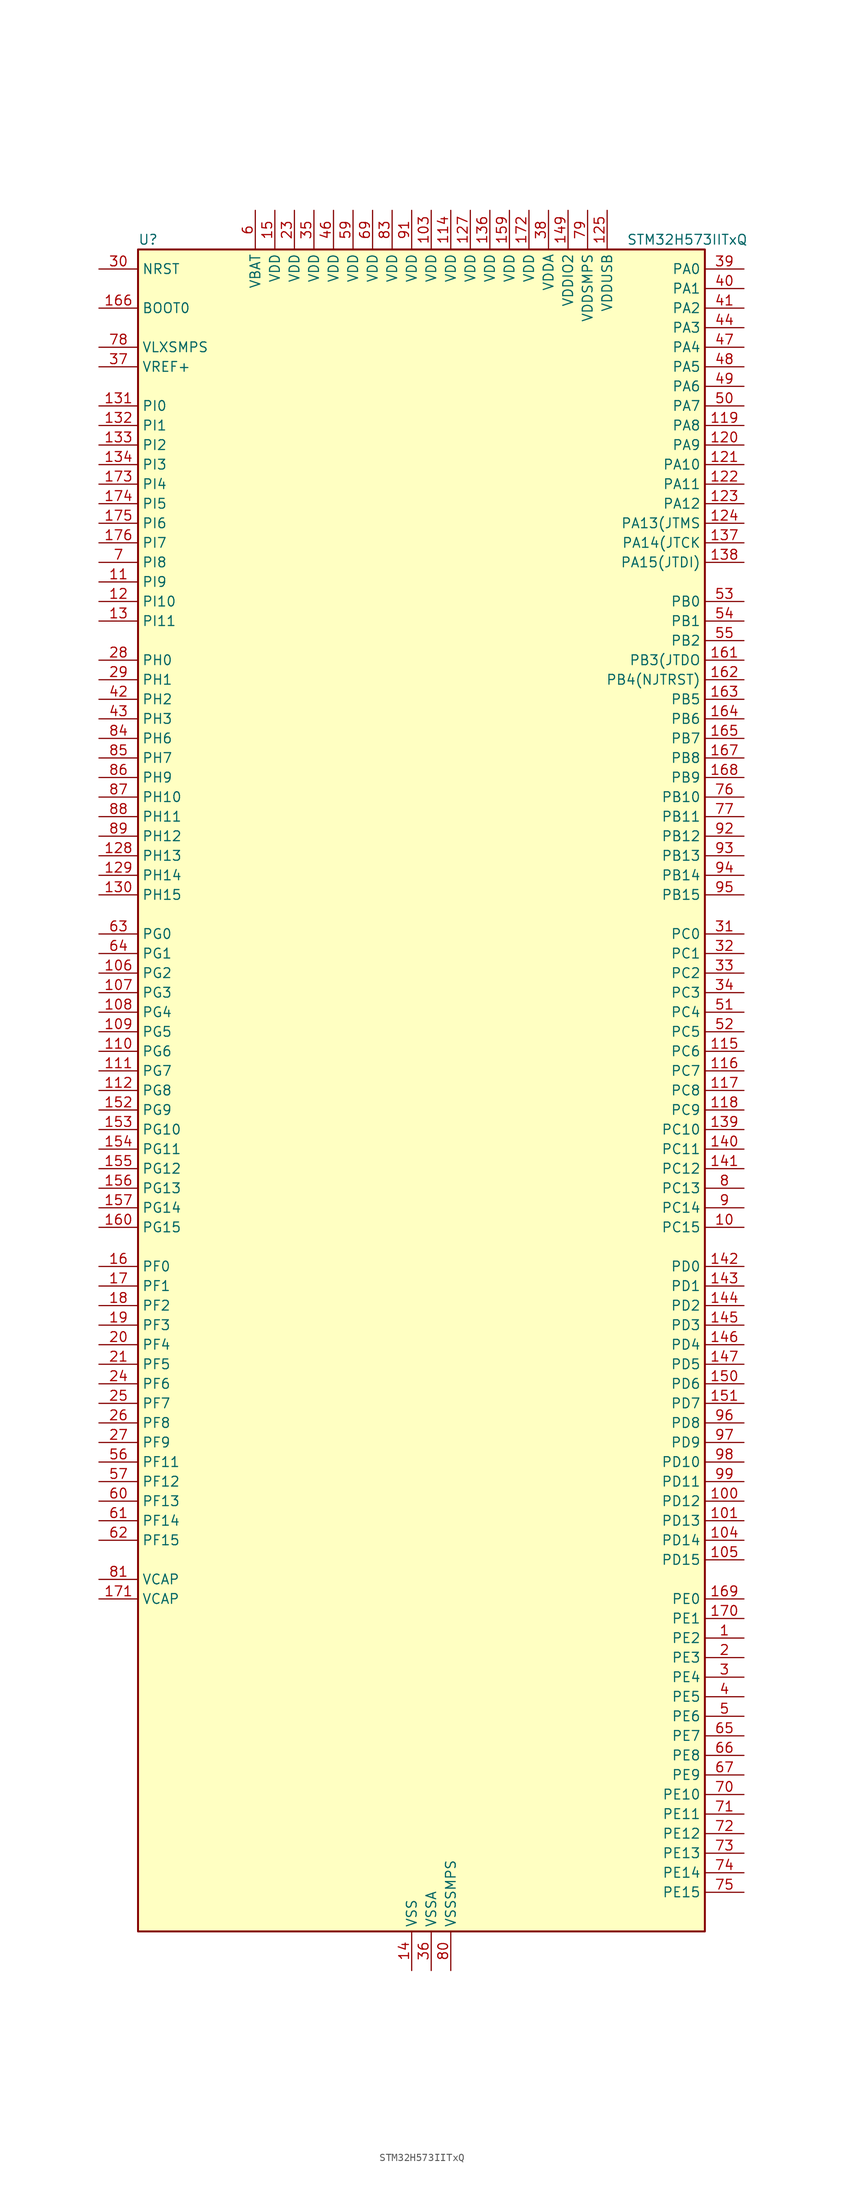
<source format=kicad_sym>
(kicad_symbol_lib
  (version 20231120)
  (generator "kicad-library-utils")
  (generator_version "8.0")
  (symbol "STM32H573IITxQ"
    (property "Reference" "U"
      (at -35.56 110.49 0)
      (effects (font (size 1.27 1.27)) (justify left)))
    (property "Value" "STM32H573IITxQ"
      (at 27.94 110.49 0)
      (effects (font (size 1.27 1.27)) (justify left)))
    (symbol "STM32H573IITxQ_0_1"
      (rectangle (start -35.56 -109.22) (end 38.1 109.22) (stroke (width 0.254) (type default)) (fill (type background))))
    (symbol "STM32H573IITxQ_1_1"
      (pin bidirectional line (at 43.18 -71.12 180) (length 5.08) (name "PE2" (effects (font (size 1.27 1.27)))) (number "1" (effects (font (size 1.27 1.27)))) (alternate "DCMI_D3" bidirectional line) (alternate "DEBUG_TRACECLK" bidirectional line) (alternate "ETH_TXD3" bidirectional line) (alternate "FMC_A23" bidirectional line) (alternate "LPTIM1_IN2" bidirectional line) (alternate "OCTOSPI1_IO2" bidirectional line) (alternate "PSSI_D3" bidirectional line) (alternate "SAI1_CK1" bidirectional line) (alternate "SAI1_MCLK_A" bidirectional line) (alternate "SPI4_SCK" bidirectional line) (alternate "UART8_TX" bidirectional line) (alternate "USART10_RX" bidirectional line))
      (pin bidirectional line (at 43.18 -17.78 180) (length 5.08) (name "PC15" (effects (font (size 1.27 1.27)))) (number "10" (effects (font (size 1.27 1.27)))) (alternate "ADC1_EXTI15" bidirectional line) (alternate "ADC2_EXTI15" bidirectional line) (alternate "RCC_OSC32_OUT" bidirectional line))
      (pin bidirectional line (at 43.18 -53.34 180) (length 5.08) (name "PD12" (effects (font (size 1.27 1.27)))) (number "100" (effects (font (size 1.27 1.27)))) (alternate "DCMI_D12" bidirectional line) (alternate "FMC_A17" bidirectional line) (alternate "FMC_ALE" bidirectional line) (alternate "I2C4_SCL" bidirectional line) (alternate "I3C1_SCL" bidirectional line) (alternate "LPTIM1_IN1" bidirectional line) (alternate "LPTIM2_IN1" bidirectional line) (alternate "OCTOSPI1_IO1" bidirectional line) (alternate "PSSI_D12" bidirectional line) (alternate "SAI1_D1" bidirectional line) (alternate "SAI2_FS_A" bidirectional line) (alternate "TIM4_CH1" bidirectional line) (alternate "UART4_TX" bidirectional line) (alternate "USART3_RTS" bidirectional line))
      (pin bidirectional line (at 43.18 -55.88 180) (length 5.08) (name "PD13" (effects (font (size 1.27 1.27)))) (number "101" (effects (font (size 1.27 1.27)))) (alternate "DCMI_D13" bidirectional line) (alternate "FMC_A18" bidirectional line) (alternate "I2C4_SDA" bidirectional line) (alternate "I3C1_SDA" bidirectional line) (alternate "LPTIM1_CH1" bidirectional line) (alternate "LPTIM2_CH1" bidirectional line) (alternate "LPTIM4_IN1" bidirectional line) (alternate "OCTOSPI1_IO3" bidirectional line) (alternate "PSSI_D13" bidirectional line) (alternate "SAI2_SCK_A" bidirectional line) (alternate "TIM4_CH2" bidirectional line) (alternate "UART9_RTS" bidirectional line))
      (pin passive line (at 0 -114.3 90) (length 5.08) hide (name "VSS" (effects (font (size 1.27 1.27)))) (number "102" (effects (font (size 1.27 1.27)))))
      (pin power_in line (at 2.54 114.3 270) (length 5.08) (name "VDD" (effects (font (size 1.27 1.27)))) (number "103" (effects (font (size 1.27 1.27)))))
      (pin bidirectional line (at 43.18 -58.42 180) (length 5.08) (name "PD14" (effects (font (size 1.27 1.27)))) (number "104" (effects (font (size 1.27 1.27)))) (alternate "FMC_D0" bidirectional line) (alternate "FMC_DA0" bidirectional line) (alternate "TIM4_CH3" bidirectional line) (alternate "UART8_CTS" bidirectional line) (alternate "UART9_RX" bidirectional line))
      (pin bidirectional line (at 43.18 -60.96 180) (length 5.08) (name "PD15" (effects (font (size 1.27 1.27)))) (number "105" (effects (font (size 1.27 1.27)))) (alternate "ADC1_EXTI15" bidirectional line) (alternate "ADC2_EXTI15" bidirectional line) (alternate "FMC_D1" bidirectional line) (alternate "FMC_DA1" bidirectional line) (alternate "TIM4_CH4" bidirectional line) (alternate "UART8_RTS" bidirectional line) (alternate "UART9_TX" bidirectional line))
      (pin bidirectional line (at -40.64 15.24 0) (length 5.08) (name "PG2" (effects (font (size 1.27 1.27)))) (number "106" (effects (font (size 1.27 1.27)))) (alternate "FMC_A12" bidirectional line) (alternate "LPTIM6_ETR" bidirectional line) (alternate "TIM8_BKIN" bidirectional line) (alternate "UART12_RX" bidirectional line))
      (pin bidirectional line (at -40.64 12.7 0) (length 5.08) (name "PG3" (effects (font (size 1.27 1.27)))) (number "107" (effects (font (size 1.27 1.27)))) (alternate "FMC_A13" bidirectional line) (alternate "LPTIM5_ETR" bidirectional line) (alternate "TIM8_BKIN2" bidirectional line) (alternate "UART12_TX" bidirectional line))
      (pin bidirectional line (at -40.64 10.16 0) (length 5.08) (name "PG4" (effects (font (size 1.27 1.27)))) (number "108" (effects (font (size 1.27 1.27)))) (alternate "FMC_A14" bidirectional line) (alternate "FMC_BA0" bidirectional line) (alternate "LPTIM4_ETR" bidirectional line) (alternate "TIM1_BKIN2" bidirectional line))
      (pin bidirectional line (at -40.64 7.62 0) (length 5.08) (name "PG5" (effects (font (size 1.27 1.27)))) (number "109" (effects (font (size 1.27 1.27)))) (alternate "FMC_A15" bidirectional line) (alternate "FMC_BA1" bidirectional line) (alternate "TIM1_ETR" bidirectional line))
      (pin bidirectional line (at -40.64 66.04 0) (length 5.08) (name "PI9" (effects (font (size 1.27 1.27)))) (number "11" (effects (font (size 1.27 1.27)))) (alternate "DAC1_EXTI9" bidirectional line) (alternate "FDCAN1_RX" bidirectional line) (alternate "UART4_RX" bidirectional line))
      (pin bidirectional line (at -40.64 5.08 0) (length 5.08) (name "PG6" (effects (font (size 1.27 1.27)))) (number "110" (effects (font (size 1.27 1.27)))) (alternate "DCMI_D12" bidirectional line) (alternate "FMC_NE3" bidirectional line) (alternate "I2C4_SDA" bidirectional line) (alternate "I3C1_SDA" bidirectional line) (alternate "OCTOSPI1_NCS" bidirectional line) (alternate "PSSI_D12" bidirectional line) (alternate "SPI1_RDY" bidirectional line) (alternate "TIM17_BKIN" bidirectional line) (alternate "UCPD1_FRSTX" bidirectional line))
      (pin bidirectional line (at -40.64 2.54 0) (length 5.08) (name "PG7" (effects (font (size 1.27 1.27)))) (number "111" (effects (font (size 1.27 1.27)))) (alternate "DCMI_D13" bidirectional line) (alternate "FMC_INT" bidirectional line) (alternate "I2C4_SCL" bidirectional line) (alternate "I3C1_SCL" bidirectional line) (alternate "PSSI_D13" bidirectional line) (alternate "SAI1_CK2" bidirectional line) (alternate "SAI1_MCLK_A" bidirectional line) (alternate "UCPD1_FRSTX" bidirectional line) (alternate "USART6_CK" bidirectional line))
      (pin bidirectional line (at -40.64 0 0) (length 5.08) (name "PG8" (effects (font (size 1.27 1.27)))) (number "112" (effects (font (size 1.27 1.27)))) (alternate "ETH_PPS_OUT" bidirectional line) (alternate "FMC_SDCLK" bidirectional line) (alternate "SPI6_NSS" bidirectional line) (alternate "TIM8_ETR" bidirectional line) (alternate "USART6_RTS" bidirectional line))
      (pin passive line (at 0 -114.3 90) (length 5.08) hide (name "VSS" (effects (font (size 1.27 1.27)))) (number "113" (effects (font (size 1.27 1.27)))))
      (pin power_in line (at 5.08 114.3 270) (length 5.08) (name "VDD" (effects (font (size 1.27 1.27)))) (number "114" (effects (font (size 1.27 1.27)))))
      (pin bidirectional line (at 43.18 5.08 180) (length 5.08) (name "PC6" (effects (font (size 1.27 1.27)))) (number "115" (effects (font (size 1.27 1.27)))) (alternate "DCMI_D0" bidirectional line) (alternate "FMC_NWAIT" bidirectional line) (alternate "I2S2_MCK" bidirectional line) (alternate "OCTOSPI1_IO5" bidirectional line) (alternate "PSSI_D0" bidirectional line) (alternate "SAI1_SCK_A" bidirectional line) (alternate "SDMMC1_D0DIR" bidirectional line) (alternate "SDMMC1_D6" bidirectional line) (alternate "SDMMC2_D6" bidirectional line) (alternate "TIM3_CH1" bidirectional line) (alternate "TIM8_CH1" bidirectional line) (alternate "USART6_TX" bidirectional line))
      (pin bidirectional line (at 43.18 2.54 180) (length 5.08) (name "PC7" (effects (font (size 1.27 1.27)))) (number "116" (effects (font (size 1.27 1.27)))) (alternate "DCMI_D1" bidirectional line) (alternate "DEBUG_TRGIO" bidirectional line) (alternate "FMC_NE1" bidirectional line) (alternate "I2S3_MCK" bidirectional line) (alternate "OCTOSPI1_IO6" bidirectional line) (alternate "PSSI_D1" bidirectional line) (alternate "SDMMC1_D123DIR" bidirectional line) (alternate "SDMMC1_D7" bidirectional line) (alternate "SDMMC2_D7" bidirectional line) (alternate "TIM3_CH2" bidirectional line) (alternate "TIM8_CH2" bidirectional line) (alternate "USART6_RX" bidirectional line))
      (pin bidirectional line (at 43.18 0 180) (length 5.08) (name "PC8" (effects (font (size 1.27 1.27)))) (number "117" (effects (font (size 1.27 1.27)))) (alternate "DCMI_D2" bidirectional line) (alternate "DEBUG_TRACED1" bidirectional line) (alternate "FMC_ALE" bidirectional line) (alternate "FMC_INT" bidirectional line) (alternate "FMC_NCE" bidirectional line) (alternate "FMC_NE2" bidirectional line) (alternate "PSSI_D2" bidirectional line) (alternate "SDMMC1_D0" bidirectional line) (alternate "TIM3_CH3" bidirectional line) (alternate "TIM8_CH3" bidirectional line) (alternate "UART5_DE" bidirectional line) (alternate "UART5_RTS" bidirectional line) (alternate "USART6_CK" bidirectional line))
      (pin bidirectional line (at 43.18 -2.54 180) (length 5.08) (name "PC9" (effects (font (size 1.27 1.27)))) (number "118" (effects (font (size 1.27 1.27)))) (alternate "AUDIOCLK" bidirectional line) (alternate "DAC1_EXTI9" bidirectional line) (alternate "DCMI_D3" bidirectional line) (alternate "FMC_CLE" bidirectional line) (alternate "I2C3_SDA" bidirectional line) (alternate "OCTOSPI1_IO0" bidirectional line) (alternate "PSSI_D3" bidirectional line) (alternate "RCC_MCO_2" bidirectional line) (alternate "SDMMC1_D1" bidirectional line) (alternate "TIM3_CH4" bidirectional line) (alternate "TIM8_CH4" bidirectional line) (alternate "UART5_CTS" bidirectional line) (alternate "UCPD1_DB2" bidirectional line))
      (pin bidirectional line (at 43.18 86.36 180) (length 5.08) (name "PA8" (effects (font (size 1.27 1.27)))) (number "119" (effects (font (size 1.27 1.27)))) (alternate "DCMI_D3" bidirectional line) (alternate "FMC_NOE" bidirectional line) (alternate "I2C3_SCL" bidirectional line) (alternate "PSSI_D3" bidirectional line) (alternate "RCC_MCO_1" bidirectional line) (alternate "SPI1_RDY" bidirectional line) (alternate "TIM1_CH1" bidirectional line) (alternate "TIM8_BKIN2" bidirectional line) (alternate "UART7_RX" bidirectional line) (alternate "USART1_CK" bidirectional line) (alternate "USB_SOF" bidirectional line))
      (pin bidirectional line (at -40.64 63.5 0) (length 5.08) (name "PI10" (effects (font (size 1.27 1.27)))) (number "12" (effects (font (size 1.27 1.27)))) (alternate "ETH_RX_ER" bidirectional line) (alternate "FDCAN1_RX" bidirectional line) (alternate "PSSI_D14" bidirectional line))
      (pin bidirectional line (at 43.18 83.82 180) (length 5.08) (name "PA9" (effects (font (size 1.27 1.27)))) (number "120" (effects (font (size 1.27 1.27)))) (alternate "DAC1_EXTI9" bidirectional line) (alternate "DCMI_D0" bidirectional line) (alternate "ETH_TX_ER" bidirectional line) (alternate "FMC_NWE" bidirectional line) (alternate "I2C3_SMBA" bidirectional line) (alternate "I2S2_CK" bidirectional line) (alternate "LPUART1_TX" bidirectional line) (alternate "PSSI_D0" bidirectional line) (alternate "SPI2_SCK" bidirectional line) (alternate "TIM1_CH2" bidirectional line) (alternate "UCPD1_DB1" bidirectional line) (alternate "USART1_TX" bidirectional line))
      (pin bidirectional line (at 43.18 81.28 180) (length 5.08) (name "PA10" (effects (font (size 1.27 1.27)))) (number "121" (effects (font (size 1.27 1.27)))) (alternate "DCMI_D1" bidirectional line) (alternate "FDCAN2_TX" bidirectional line) (alternate "LPTIM2_IN2" bidirectional line) (alternate "LPUART1_RX" bidirectional line) (alternate "PSSI_D1" bidirectional line) (alternate "SDMMC1_D0" bidirectional line) (alternate "TIM1_CH3" bidirectional line) (alternate "UCPD1_FRSTX" bidirectional line) (alternate "USART1_RX" bidirectional line))
      (pin bidirectional line (at 43.18 78.74 180) (length 5.08) (name "PA11" (effects (font (size 1.27 1.27)))) (number "122" (effects (font (size 1.27 1.27)))) (alternate "ADC1_EXTI11" bidirectional line) (alternate "ADC2_EXTI11" bidirectional line) (alternate "FDCAN1_RX" bidirectional line) (alternate "I2S2_WS" bidirectional line) (alternate "LPUART1_CTS" bidirectional line) (alternate "SPI2_NSS" bidirectional line) (alternate "TIM1_CH4" bidirectional line) (alternate "UART4_RX" bidirectional line) (alternate "USART1_CTS" bidirectional line) (alternate "USART1_NSS" bidirectional line) (alternate "USB_DM" bidirectional line))
      (pin bidirectional line (at 43.18 76.2 180) (length 5.08) (name "PA12" (effects (font (size 1.27 1.27)))) (number "123" (effects (font (size 1.27 1.27)))) (alternate "FDCAN1_TX" bidirectional line) (alternate "I2S2_CK" bidirectional line) (alternate "LPUART1_RTS" bidirectional line) (alternate "SAI2_FS_B" bidirectional line) (alternate "SPI2_SCK" bidirectional line) (alternate "TIM1_ETR" bidirectional line) (alternate "UART4_TX" bidirectional line) (alternate "USART1_RTS" bidirectional line) (alternate "USB_DP" bidirectional line))
      (pin bidirectional line (at 43.18 73.66 180) (length 5.08) (name "PA13(JTMS" (effects (font (size 1.27 1.27)))) (number "124" (effects (font (size 1.27 1.27)))) (alternate "DEBUG_JTMS-SWDIO" bidirectional line))
      (pin power_in line (at 25.4 114.3 270) (length 5.08) (name "VDDUSB" (effects (font (size 1.27 1.27)))) (number "125" (effects (font (size 1.27 1.27)))))
      (pin passive line (at 0 -114.3 90) (length 5.08) hide (name "VSS" (effects (font (size 1.27 1.27)))) (number "126" (effects (font (size 1.27 1.27)))))
      (pin power_in line (at 7.62 114.3 270) (length 5.08) (name "VDD" (effects (font (size 1.27 1.27)))) (number "127" (effects (font (size 1.27 1.27)))))
      (pin bidirectional line (at -40.64 30.48 0) (length 5.08) (name "PH13" (effects (font (size 1.27 1.27)))) (number "128" (effects (font (size 1.27 1.27)))) (alternate "DCMI_D3" bidirectional line) (alternate "FDCAN1_TX" bidirectional line) (alternate "LPTIM1_IN2" bidirectional line) (alternate "PSSI_D3" bidirectional line) (alternate "TIM8_CH1N" bidirectional line) (alternate "UART4_TX" bidirectional line) (alternate "UART8_TX" bidirectional line))
      (pin bidirectional line (at -40.64 27.94 0) (length 5.08) (name "PH14" (effects (font (size 1.27 1.27)))) (number "129" (effects (font (size 1.27 1.27)))) (alternate "DCMI_D4" bidirectional line) (alternate "FDCAN1_RX" bidirectional line) (alternate "PSSI_D4" bidirectional line) (alternate "TIM8_CH2N" bidirectional line) (alternate "UART4_RX" bidirectional line))
      (pin bidirectional line (at -40.64 60.96 0) (length 5.08) (name "PI11" (effects (font (size 1.27 1.27)))) (number "13" (effects (font (size 1.27 1.27)))) (alternate "ADC1_EXTI11" bidirectional line) (alternate "ADC2_EXTI11" bidirectional line) (alternate "PSSI_D15" bidirectional line) (alternate "TAMP_IN4" bidirectional line) (alternate "TAMP_OUT5" bidirectional line))
      (pin bidirectional line (at -40.64 25.4 0) (length 5.08) (name "PH15" (effects (font (size 1.27 1.27)))) (number "130" (effects (font (size 1.27 1.27)))) (alternate "ADC1_EXTI15" bidirectional line) (alternate "ADC2_EXTI15" bidirectional line) (alternate "DCMI_D11" bidirectional line) (alternate "PSSI_D11" bidirectional line) (alternate "TIM8_CH3N" bidirectional line))
      (pin bidirectional line (at -40.64 88.9 0) (length 5.08) (name "PI0" (effects (font (size 1.27 1.27)))) (number "131" (effects (font (size 1.27 1.27)))) (alternate "DCMI_D13" bidirectional line) (alternate "I2S2_WS" bidirectional line) (alternate "PSSI_D13" bidirectional line) (alternate "SPI2_NSS" bidirectional line) (alternate "TIM5_CH4" bidirectional line))
      (pin bidirectional line (at -40.64 86.36 0) (length 5.08) (name "PI1" (effects (font (size 1.27 1.27)))) (number "132" (effects (font (size 1.27 1.27)))) (alternate "DCMI_D8" bidirectional line) (alternate "I2S2_CK" bidirectional line) (alternate "PSSI_D8" bidirectional line) (alternate "SPI2_SCK" bidirectional line) (alternate "TIM8_BKIN2" bidirectional line))
      (pin bidirectional line (at -40.64 83.82 0) (length 5.08) (name "PI2" (effects (font (size 1.27 1.27)))) (number "133" (effects (font (size 1.27 1.27)))) (alternate "DCMI_D9" bidirectional line) (alternate "I2S2_SDI" bidirectional line) (alternate "PSSI_D9" bidirectional line) (alternate "SPI2_MISO" bidirectional line) (alternate "TIM8_CH4" bidirectional line))
      (pin bidirectional line (at -40.64 81.28 0) (length 5.08) (name "PI3" (effects (font (size 1.27 1.27)))) (number "134" (effects (font (size 1.27 1.27)))) (alternate "DCMI_D10" bidirectional line) (alternate "I2S2_SDO" bidirectional line) (alternate "PSSI_D10" bidirectional line) (alternate "SPI2_MOSI" bidirectional line) (alternate "TIM8_ETR" bidirectional line))
      (pin passive line (at 0 -114.3 90) (length 5.08) hide (name "VSS" (effects (font (size 1.27 1.27)))) (number "135" (effects (font (size 1.27 1.27)))))
      (pin power_in line (at 10.16 114.3 270) (length 5.08) (name "VDD" (effects (font (size 1.27 1.27)))) (number "136" (effects (font (size 1.27 1.27)))))
      (pin bidirectional line (at 43.18 71.12 180) (length 5.08) (name "PA14(JTCK" (effects (font (size 1.27 1.27)))) (number "137" (effects (font (size 1.27 1.27)))) (alternate "DEBUG_JTCK-SWCLK" bidirectional line))
      (pin bidirectional line (at 43.18 68.58 180) (length 5.08) (name "PA15(JTDI)" (effects (font (size 1.27 1.27)))) (number "138" (effects (font (size 1.27 1.27)))) (alternate "ADC1_EXTI15" bidirectional line) (alternate "ADC2_EXTI15" bidirectional line) (alternate "CEC" bidirectional line) (alternate "DCMI_D11" bidirectional line) (alternate "DEBUG_JTDI" bidirectional line) (alternate "FMC_NBL1" bidirectional line) (alternate "I2S1_WS" bidirectional line) (alternate "I2S3_WS" bidirectional line) (alternate "LPTIM3_IN2" bidirectional line) (alternate "PSSI_D11" bidirectional line) (alternate "SPI1_NSS" bidirectional line) (alternate "SPI3_NSS" bidirectional line) (alternate "SPI6_NSS" bidirectional line) (alternate "TIM2_CH1" bidirectional line) (alternate "TIM2_ETR" bidirectional line) (alternate "UART4_DE" bidirectional line) (alternate "UART4_RTS" bidirectional line) (alternate "UART7_TX" bidirectional line))
      (pin bidirectional line (at 43.18 -5.08 180) (length 5.08) (name "PC10" (effects (font (size 1.27 1.27)))) (number "139" (effects (font (size 1.27 1.27)))) (alternate "DCMI_D8" bidirectional line) (alternate "ETH_TXD0" bidirectional line) (alternate "I2S3_CK" bidirectional line) (alternate "LPTIM3_ETR" bidirectional line) (alternate "OCTOSPI1_IO1" bidirectional line) (alternate "PSSI_D8" bidirectional line) (alternate "SDMMC1_D2" bidirectional line) (alternate "SPI3_SCK" bidirectional line) (alternate "UART4_TX" bidirectional line) (alternate "USART3_TX" bidirectional line))
      (pin power_in line (at 0 -114.3 90) (length 5.08) (name "VSS" (effects (font (size 1.27 1.27)))) (number "14" (effects (font (size 1.27 1.27)))))
      (pin bidirectional line (at 43.18 -7.62 180) (length 5.08) (name "PC11" (effects (font (size 1.27 1.27)))) (number "140" (effects (font (size 1.27 1.27)))) (alternate "ADC1_EXTI11" bidirectional line) (alternate "ADC2_EXTI11" bidirectional line) (alternate "DCMI_D4" bidirectional line) (alternate "I2S3_SDI" bidirectional line) (alternate "LPTIM3_IN1" bidirectional line) (alternate "OCTOSPI1_NCS" bidirectional line) (alternate "PSSI_D4" bidirectional line) (alternate "SDMMC1_D3" bidirectional line) (alternate "SPI3_MISO" bidirectional line) (alternate "UART4_RX" bidirectional line) (alternate "USART3_RX" bidirectional line))
      (pin bidirectional line (at 43.18 -10.16 180) (length 5.08) (name "PC12" (effects (font (size 1.27 1.27)))) (number "141" (effects (font (size 1.27 1.27)))) (alternate "DCMI_D9" bidirectional line) (alternate "DEBUG_TRACED3" bidirectional line) (alternate "I2S3_SDO" bidirectional line) (alternate "PSSI_D9" bidirectional line) (alternate "SDMMC1_CK" bidirectional line) (alternate "SPI3_MOSI" bidirectional line) (alternate "SPI6_SCK" bidirectional line) (alternate "TIM15_CH1" bidirectional line) (alternate "UART5_TX" bidirectional line) (alternate "USART3_CK" bidirectional line))
      (pin bidirectional line (at 43.18 -22.86 180) (length 5.08) (name "PD0" (effects (font (size 1.27 1.27)))) (number "142" (effects (font (size 1.27 1.27)))) (alternate "FDCAN1_RX" bidirectional line) (alternate "FMC_D2" bidirectional line) (alternate "FMC_DA2" bidirectional line) (alternate "TIM8_CH4N" bidirectional line) (alternate "UART4_RX" bidirectional line) (alternate "UART9_CTS" bidirectional line))
      (pin bidirectional line (at 43.18 -25.4 180) (length 5.08) (name "PD1" (effects (font (size 1.27 1.27)))) (number "143" (effects (font (size 1.27 1.27)))) (alternate "FDCAN1_TX" bidirectional line) (alternate "FMC_D3" bidirectional line) (alternate "FMC_DA3" bidirectional line) (alternate "UART4_TX" bidirectional line))
      (pin bidirectional line (at 43.18 -27.94 180) (length 5.08) (name "PD2" (effects (font (size 1.27 1.27)))) (number "144" (effects (font (size 1.27 1.27)))) (alternate "DCMI_D11" bidirectional line) (alternate "DEBUG_TRACED2" bidirectional line) (alternate "LPTIM4_ETR" bidirectional line) (alternate "PSSI_D11" bidirectional line) (alternate "PWR_WKUP7" bidirectional line) (alternate "SDMMC1_CMD" bidirectional line) (alternate "TIM15_BKIN" bidirectional line) (alternate "TIM3_ETR" bidirectional line) (alternate "UART5_RX" bidirectional line))
      (pin bidirectional line (at 43.18 -30.48 180) (length 5.08) (name "PD3" (effects (font (size 1.27 1.27)))) (number "145" (effects (font (size 1.27 1.27)))) (alternate "DCMI_D5" bidirectional line) (alternate "FMC_CLK" bidirectional line) (alternate "I2S2_CK" bidirectional line) (alternate "PSSI_D5" bidirectional line) (alternate "PWR_WKUP8" bidirectional line) (alternate "SPI2_SCK" bidirectional line) (alternate "USART2_CTS" bidirectional line) (alternate "USART2_NSS" bidirectional line))
      (pin bidirectional line (at 43.18 -33.02 180) (length 5.08) (name "PD4" (effects (font (size 1.27 1.27)))) (number "146" (effects (font (size 1.27 1.27)))) (alternate "FMC_NOE" bidirectional line) (alternate "OCTOSPI1_IO4" bidirectional line) (alternate "USART2_RTS" bidirectional line))
      (pin bidirectional line (at 43.18 -35.56 180) (length 5.08) (name "PD5" (effects (font (size 1.27 1.27)))) (number "147" (effects (font (size 1.27 1.27)))) (alternate "FDCAN1_TX" bidirectional line) (alternate "FMC_NWE" bidirectional line) (alternate "OCTOSPI1_IO5" bidirectional line) (alternate "SPI2_RDY" bidirectional line) (alternate "TIM1_CH4N" bidirectional line) (alternate "USART2_TX" bidirectional line))
      (pin passive line (at 0 -114.3 90) (length 5.08) hide (name "VSS" (effects (font (size 1.27 1.27)))) (number "148" (effects (font (size 1.27 1.27)))))
      (pin power_in line (at 20.32 114.3 270) (length 5.08) (name "VDDIO2" (effects (font (size 1.27 1.27)))) (number "149" (effects (font (size 1.27 1.27)))))
      (pin power_in line (at -17.78 114.3 270) (length 5.08) (name "VDD" (effects (font (size 1.27 1.27)))) (number "15" (effects (font (size 1.27 1.27)))))
      (pin bidirectional line (at 43.18 -38.1 180) (length 5.08) (name "PD6" (effects (font (size 1.27 1.27)))) (number "150" (effects (font (size 1.27 1.27)))) (alternate "DCMI_D10" bidirectional line) (alternate "FMC_NWAIT" bidirectional line) (alternate "I2S3_SDO" bidirectional line) (alternate "OCTOSPI1_IO6" bidirectional line) (alternate "PSSI_D10" bidirectional line) (alternate "SAI1_D1" bidirectional line) (alternate "SAI1_SD_A" bidirectional line) (alternate "SDMMC2_CK" bidirectional line) (alternate "SPI3_MOSI" bidirectional line) (alternate "USART2_RX" bidirectional line))
      (pin bidirectional line (at 43.18 -40.64 180) (length 5.08) (name "PD7" (effects (font (size 1.27 1.27)))) (number "151" (effects (font (size 1.27 1.27)))) (alternate "FMC_NCE" bidirectional line) (alternate "FMC_NE1" bidirectional line) (alternate "I2S1_SDO" bidirectional line) (alternate "LPTIM4_OUT" bidirectional line) (alternate "OCTOSPI1_IO7" bidirectional line) (alternate "SDMMC2_CMD" bidirectional line) (alternate "SPI1_MOSI" bidirectional line) (alternate "USART2_CK" bidirectional line))
      (pin bidirectional line (at -40.64 -2.54 0) (length 5.08) (name "PG9" (effects (font (size 1.27 1.27)))) (number "152" (effects (font (size 1.27 1.27)))) (alternate "DAC1_EXTI9" bidirectional line) (alternate "DCMI_VSYNC" bidirectional line) (alternate "FMC_NCE" bidirectional line) (alternate "FMC_NE2" bidirectional line) (alternate "I2S1_SDI" bidirectional line) (alternate "OCTOSPI1_IO6" bidirectional line) (alternate "PSSI_RDY" bidirectional line) (alternate "SAI2_FS_B" bidirectional line) (alternate "SDMMC2_D0" bidirectional line) (alternate "SPI1_MISO" bidirectional line) (alternate "USART6_RX" bidirectional line))
      (pin bidirectional line (at -40.64 -5.08 0) (length 5.08) (name "PG10" (effects (font (size 1.27 1.27)))) (number "153" (effects (font (size 1.27 1.27)))) (alternate "DCMI_D2" bidirectional line) (alternate "FMC_NE3" bidirectional line) (alternate "I2S1_WS" bidirectional line) (alternate "PSSI_D2" bidirectional line) (alternate "SAI2_SD_B" bidirectional line) (alternate "SDMMC2_D1" bidirectional line) (alternate "SPI1_NSS" bidirectional line))
      (pin bidirectional line (at -40.64 -7.62 0) (length 5.08) (name "PG11" (effects (font (size 1.27 1.27)))) (number "154" (effects (font (size 1.27 1.27)))) (alternate "ADC1_EXTI11" bidirectional line) (alternate "ADC2_EXTI11" bidirectional line) (alternate "DCMI_D3" bidirectional line) (alternate "ETH_TX_EN" bidirectional line) (alternate "I2S1_CK" bidirectional line) (alternate "LPTIM1_IN2" bidirectional line) (alternate "PSSI_D3" bidirectional line) (alternate "SDMMC2_D2" bidirectional line) (alternate "SPI1_SCK" bidirectional line) (alternate "USART10_RX" bidirectional line) (alternate "USART11_RTS" bidirectional line))
      (pin bidirectional line (at -40.64 -10.16 0) (length 5.08) (name "PG12" (effects (font (size 1.27 1.27)))) (number "155" (effects (font (size 1.27 1.27)))) (alternate "DCMI_D11" bidirectional line) (alternate "ETH_TXD1" bidirectional line) (alternate "FMC_NE4" bidirectional line) (alternate "LPTIM1_IN1" bidirectional line) (alternate "LPTIM5_CH1" bidirectional line) (alternate "PSSI_D11" bidirectional line) (alternate "PSSI_D15" bidirectional line) (alternate "SDMMC2_D3" bidirectional line) (alternate "SPI6_MISO" bidirectional line) (alternate "USART10_TX" bidirectional line) (alternate "USART6_RTS" bidirectional line))
      (pin bidirectional line (at -40.64 -12.7 0) (length 5.08) (name "PG13" (effects (font (size 1.27 1.27)))) (number "156" (effects (font (size 1.27 1.27)))) (alternate "DEBUG_TRACED0" bidirectional line) (alternate "ETH_TXD0" bidirectional line) (alternate "FMC_A24" bidirectional line) (alternate "LPTIM1_CH1" bidirectional line) (alternate "LPTIM5_CH2" bidirectional line) (alternate "SDMMC2_D6" bidirectional line) (alternate "SPI6_SCK" bidirectional line) (alternate "USART10_CTS" bidirectional line) (alternate "USART10_NSS" bidirectional line) (alternate "USART6_CTS" bidirectional line) (alternate "USART6_NSS" bidirectional line))
      (pin bidirectional line (at -40.64 -15.24 0) (length 5.08) (name "PG14" (effects (font (size 1.27 1.27)))) (number "157" (effects (font (size 1.27 1.27)))) (alternate "DEBUG_TRACED1" bidirectional line) (alternate "ETH_TXD1" bidirectional line) (alternate "FMC_A25" bidirectional line) (alternate "LPTIM1_CH2" bidirectional line) (alternate "LPTIM1_ETR" bidirectional line) (alternate "LPTIM5_IN1" bidirectional line) (alternate "OCTOSPI1_IO7" bidirectional line) (alternate "SDMMC2_D7" bidirectional line) (alternate "SPI6_MOSI" bidirectional line) (alternate "USART10_RTS" bidirectional line) (alternate "USART6_TX" bidirectional line))
      (pin passive line (at 0 -114.3 90) (length 5.08) hide (name "VSS" (effects (font (size 1.27 1.27)))) (number "158" (effects (font (size 1.27 1.27)))))
      (pin power_in line (at 12.7 114.3 270) (length 5.08) (name "VDD" (effects (font (size 1.27 1.27)))) (number "159" (effects (font (size 1.27 1.27)))))
      (pin bidirectional line (at -40.64 -22.86 0) (length 5.08) (name "PF0" (effects (font (size 1.27 1.27)))) (number "16" (effects (font (size 1.27 1.27)))) (alternate "FMC_A0" bidirectional line) (alternate "I2C2_SDA" bidirectional line) (alternate "LPTIM5_CH1" bidirectional line))
      (pin bidirectional line (at -40.64 -17.78 0) (length 5.08) (name "PG15" (effects (font (size 1.27 1.27)))) (number "160" (effects (font (size 1.27 1.27)))) (alternate "ADC1_EXTI15" bidirectional line) (alternate "ADC2_EXTI15" bidirectional line) (alternate "DCMI_D13" bidirectional line) (alternate "FMC_SDNCAS" bidirectional line) (alternate "PSSI_D13" bidirectional line) (alternate "SPI4_RDY" bidirectional line) (alternate "USART10_CK" bidirectional line) (alternate "USART6_CTS" bidirectional line) (alternate "USART6_NSS" bidirectional line))
      (pin bidirectional line (at 43.18 55.88 180) (length 5.08) (name "PB3(JTDO" (effects (font (size 1.27 1.27)))) (number "161" (effects (font (size 1.27 1.27)))) (alternate "CRS_SYNC" bidirectional line) (alternate "DEBUG_JTDO-SWO" bidirectional line) (alternate "I2C2_SDA" bidirectional line) (alternate "I2S1_CK" bidirectional line) (alternate "I2S3_CK" bidirectional line) (alternate "LPTIM6_ETR" bidirectional line) (alternate "SDMMC2_D2" bidirectional line) (alternate "SPI1_SCK" bidirectional line) (alternate "SPI3_SCK" bidirectional line) (alternate "SPI6_SCK" bidirectional line) (alternate "TIM2_CH2" bidirectional line) (alternate "UART12_CTS" bidirectional line) (alternate "UART7_RX" bidirectional line))
      (pin bidirectional line (at 43.18 53.34 180) (length 5.08) (name "PB4(NJTRST)" (effects (font (size 1.27 1.27)))) (number "162" (effects (font (size 1.27 1.27)))) (alternate "DCMI_D7" bidirectional line) (alternate "DEBUG_JTRST" bidirectional line) (alternate "I2S1_SDI" bidirectional line) (alternate "I2S2_WS" bidirectional line) (alternate "I2S3_SDI" bidirectional line) (alternate "LPTIM1_CH2" bidirectional line) (alternate "OCTOSPI1_CLK" bidirectional line) (alternate "PSSI_D7" bidirectional line) (alternate "SDMMC2_D3" bidirectional line) (alternate "SPI1_MISO" bidirectional line) (alternate "SPI2_NSS" bidirectional line) (alternate "SPI3_MISO" bidirectional line) (alternate "SPI6_MISO" bidirectional line) (alternate "TIM16_BKIN" bidirectional line) (alternate "TIM3_CH1" bidirectional line) (alternate "UART7_TX" bidirectional line))
      (pin bidirectional line (at 43.18 50.8 180) (length 5.08) (name "PB5" (effects (font (size 1.27 1.27)))) (number "163" (effects (font (size 1.27 1.27)))) (alternate "DCMI_D10" bidirectional line) (alternate "ETH_PPS_OUT" bidirectional line) (alternate "FDCAN2_RX" bidirectional line) (alternate "FMC_SDCKE1" bidirectional line) (alternate "I2C1_SMBA" bidirectional line) (alternate "I2C4_SMBA" bidirectional line) (alternate "I2S1_SDO" bidirectional line) (alternate "I2S3_SDO" bidirectional line) (alternate "OCTOSPI1_NCLK" bidirectional line) (alternate "PSSI_D10" bidirectional line) (alternate "SPI1_MOSI" bidirectional line) (alternate "SPI3_MOSI" bidirectional line) (alternate "SPI6_MOSI" bidirectional line) (alternate "TIM17_BKIN" bidirectional line) (alternate "TIM3_CH2" bidirectional line) (alternate "UART5_RX" bidirectional line))
      (pin bidirectional line (at 43.18 48.26 180) (length 5.08) (name "PB6" (effects (font (size 1.27 1.27)))) (number "164" (effects (font (size 1.27 1.27)))) (alternate "CEC" bidirectional line) (alternate "DCMI_D5" bidirectional line) (alternate "FDCAN2_TX" bidirectional line) (alternate "FMC_SDNE1" bidirectional line) (alternate "I2C1_SCL" bidirectional line) (alternate "I2C4_SCL" bidirectional line) (alternate "I3C1_SCL" bidirectional line) (alternate "LPUART1_TX" bidirectional line) (alternate "OCTOSPI1_NCS" bidirectional line) (alternate "PSSI_D5" bidirectional line) (alternate "TIM16_CH1N" bidirectional line) (alternate "TIM4_CH1" bidirectional line) (alternate "UART5_TX" bidirectional line) (alternate "USART1_TX" bidirectional line))
      (pin bidirectional line (at 43.18 45.72 180) (length 5.08) (name "PB7" (effects (font (size 1.27 1.27)))) (number "165" (effects (font (size 1.27 1.27)))) (alternate "DCMI_VSYNC" bidirectional line) (alternate "FDCAN1_TX" bidirectional line) (alternate "FMC_NL" bidirectional line) (alternate "I2C1_SDA" bidirectional line) (alternate "I2C4_SDA" bidirectional line) (alternate "I3C1_SDA" bidirectional line) (alternate "LPUART1_RX" bidirectional line) (alternate "PSSI_RDY" bidirectional line) (alternate "PWR_WKUP5" bidirectional line) (alternate "SDMMC2_CKIN" bidirectional line) (alternate "SDMMC2_D5" bidirectional line) (alternate "TIM17_CH1N" bidirectional line) (alternate "TIM4_CH2" bidirectional line) (alternate "USART1_RX" bidirectional line))
      (pin input line (at -40.64 101.6 0) (length 5.08) (name "BOOT0" (effects (font (size 1.27 1.27)))) (number "166" (effects (font (size 1.27 1.27)))))
      (pin bidirectional line (at 43.18 43.18 180) (length 5.08) (name "PB8" (effects (font (size 1.27 1.27)))) (number "167" (effects (font (size 1.27 1.27)))) (alternate "DCMI_D6" bidirectional line) (alternate "ETH_TXD3" bidirectional line) (alternate "FDCAN1_RX" bidirectional line) (alternate "I2C1_SCL" bidirectional line) (alternate "I2C4_SCL" bidirectional line) (alternate "I3C1_SCL" bidirectional line) (alternate "PSSI_D6" bidirectional line) (alternate "SDMMC1_CKIN" bidirectional line) (alternate "SDMMC1_D4" bidirectional line) (alternate "SDMMC2_D4" bidirectional line) (alternate "SPI4_RDY" bidirectional line) (alternate "TIM16_CH1" bidirectional line) (alternate "TIM4_CH3" bidirectional line) (alternate "UART4_RX" bidirectional line))
      (pin bidirectional line (at 43.18 40.64 180) (length 5.08) (name "PB9" (effects (font (size 1.27 1.27)))) (number "168" (effects (font (size 1.27 1.27)))) (alternate "DAC1_EXTI9" bidirectional line) (alternate "DCMI_D7" bidirectional line) (alternate "FDCAN1_TX" bidirectional line) (alternate "I2C1_SDA" bidirectional line) (alternate "I2C4_SDA" bidirectional line) (alternate "I2S2_WS" bidirectional line) (alternate "I3C1_SDA" bidirectional line) (alternate "PSSI_D7" bidirectional line) (alternate "SDMMC1_CDIR" bidirectional line) (alternate "SDMMC1_D5" bidirectional line) (alternate "SDMMC2_CKIN" bidirectional line) (alternate "SDMMC2_D5" bidirectional line) (alternate "SPI2_NSS" bidirectional line) (alternate "TIM17_CH1" bidirectional line) (alternate "TIM4_CH4" bidirectional line) (alternate "UART4_TX" bidirectional line))
      (pin bidirectional line (at 43.18 -66.04 180) (length 5.08) (name "PE0" (effects (font (size 1.27 1.27)))) (number "169" (effects (font (size 1.27 1.27)))) (alternate "DCMI_D2" bidirectional line) (alternate "FDCAN1_RX" bidirectional line) (alternate "FMC_NBL0" bidirectional line) (alternate "LPTIM1_ETR" bidirectional line) (alternate "LPTIM2_CH2" bidirectional line) (alternate "LPTIM2_ETR" bidirectional line) (alternate "PSSI_D2" bidirectional line) (alternate "SAI2_MCLK_A" bidirectional line) (alternate "SPI3_RDY" bidirectional line) (alternate "TIM4_ETR" bidirectional line) (alternate "UART8_RX" bidirectional line))
      (pin bidirectional line (at -40.64 -25.4 0) (length 5.08) (name "PF1" (effects (font (size 1.27 1.27)))) (number "17" (effects (font (size 1.27 1.27)))) (alternate "FMC_A1" bidirectional line) (alternate "I2C2_SCL" bidirectional line) (alternate "LPTIM5_CH2" bidirectional line))
      (pin bidirectional line (at 43.18 -68.58 180) (length 5.08) (name "PE1" (effects (font (size 1.27 1.27)))) (number "170" (effects (font (size 1.27 1.27)))) (alternate "DCMI_D3" bidirectional line) (alternate "FDCAN1_TX" bidirectional line) (alternate "FMC_NBL1" bidirectional line) (alternate "LPTIM1_IN2" bidirectional line) (alternate "PSSI_D3" bidirectional line) (alternate "UART8_TX" bidirectional line))
      (pin power_out line (at -40.64 -66.04 0) (length 5.08) (name "VCAP" (effects (font (size 1.27 1.27)))) (number "171" (effects (font (size 1.27 1.27)))))
      (pin power_in line (at 15.24 114.3 270) (length 5.08) (name "VDD" (effects (font (size 1.27 1.27)))) (number "172" (effects (font (size 1.27 1.27)))))
      (pin bidirectional line (at -40.64 78.74 0) (length 5.08) (name "PI4" (effects (font (size 1.27 1.27)))) (number "173" (effects (font (size 1.27 1.27)))) (alternate "DCMI_D5" bidirectional line) (alternate "PSSI_D5" bidirectional line) (alternate "SAI2_MCLK_A" bidirectional line) (alternate "SPI2_RDY" bidirectional line) (alternate "TIM8_BKIN" bidirectional line))
      (pin bidirectional line (at -40.64 76.2 0) (length 5.08) (name "PI5" (effects (font (size 1.27 1.27)))) (number "174" (effects (font (size 1.27 1.27)))) (alternate "DCMI_VSYNC" bidirectional line) (alternate "PSSI_RDY" bidirectional line) (alternate "SAI2_SCK_A" bidirectional line) (alternate "TIM8_CH1" bidirectional line))
      (pin bidirectional line (at -40.64 73.66 0) (length 5.08) (name "PI6" (effects (font (size 1.27 1.27)))) (number "175" (effects (font (size 1.27 1.27)))) (alternate "DCMI_D6" bidirectional line) (alternate "PSSI_D6" bidirectional line) (alternate "SAI2_SD_A" bidirectional line) (alternate "TIM8_CH2" bidirectional line))
      (pin bidirectional line (at -40.64 71.12 0) (length 5.08) (name "PI7" (effects (font (size 1.27 1.27)))) (number "176" (effects (font (size 1.27 1.27)))) (alternate "DCMI_D7" bidirectional line) (alternate "PSSI_D7" bidirectional line) (alternate "SAI2_FS_A" bidirectional line) (alternate "TIM8_CH3" bidirectional line))
      (pin bidirectional line (at -40.64 -27.94 0) (length 5.08) (name "PF2" (effects (font (size 1.27 1.27)))) (number "18" (effects (font (size 1.27 1.27)))) (alternate "FMC_A2" bidirectional line) (alternate "I2C2_SMBA" bidirectional line) (alternate "LPTIM3_CH2" bidirectional line) (alternate "LPTIM3_IN2" bidirectional line) (alternate "LPTIM5_IN1" bidirectional line) (alternate "UART12_TX" bidirectional line) (alternate "USART11_CK" bidirectional line))
      (pin bidirectional line (at -40.64 -30.48 0) (length 5.08) (name "PF3" (effects (font (size 1.27 1.27)))) (number "19" (effects (font (size 1.27 1.27)))) (alternate "FMC_A3" bidirectional line) (alternate "LPTIM3_IN1" bidirectional line) (alternate "LPTIM5_IN2" bidirectional line) (alternate "USART11_TX" bidirectional line))
      (pin bidirectional line (at 43.18 -73.66 180) (length 5.08) (name "PE3" (effects (font (size 1.27 1.27)))) (number "2" (effects (font (size 1.27 1.27)))) (alternate "DEBUG_TRACED0" bidirectional line) (alternate "FMC_A19" bidirectional line) (alternate "SAI1_SD_B" bidirectional line) (alternate "TAMP_IN6" bidirectional line) (alternate "TAMP_OUT3" bidirectional line) (alternate "TIM15_BKIN" bidirectional line) (alternate "USART10_TX" bidirectional line))
      (pin bidirectional line (at -40.64 -33.02 0) (length 5.08) (name "PF4" (effects (font (size 1.27 1.27)))) (number "20" (effects (font (size 1.27 1.27)))) (alternate "FMC_A4" bidirectional line) (alternate "LPTIM3_ETR" bidirectional line) (alternate "USART11_RX" bidirectional line))
      (pin bidirectional line (at -40.64 -35.56 0) (length 5.08) (name "PF5" (effects (font (size 1.27 1.27)))) (number "21" (effects (font (size 1.27 1.27)))) (alternate "FMC_A5" bidirectional line) (alternate "I2C4_SCL" bidirectional line) (alternate "I3C1_SCL" bidirectional line) (alternate "LPTIM3_CH1" bidirectional line) (alternate "LPTIM3_IN1" bidirectional line) (alternate "UART12_RX" bidirectional line) (alternate "USART11_CTS" bidirectional line) (alternate "USART11_NSS" bidirectional line))
      (pin passive line (at 0 -114.3 90) (length 5.08) hide (name "VSS" (effects (font (size 1.27 1.27)))) (number "22" (effects (font (size 1.27 1.27)))))
      (pin power_in line (at -15.24 114.3 270) (length 5.08) (name "VDD" (effects (font (size 1.27 1.27)))) (number "23" (effects (font (size 1.27 1.27)))))
      (pin bidirectional line (at -40.64 -38.1 0) (length 5.08) (name "PF6" (effects (font (size 1.27 1.27)))) (number "24" (effects (font (size 1.27 1.27)))) (alternate "LPTIM5_CH1" bidirectional line) (alternate "OCTOSPI1_IO3" bidirectional line) (alternate "SAI1_SD_B" bidirectional line) (alternate "SPI5_NSS" bidirectional line) (alternate "TIM16_CH1" bidirectional line) (alternate "UART7_RX" bidirectional line))
      (pin bidirectional line (at -40.64 -40.64 0) (length 5.08) (name "PF7" (effects (font (size 1.27 1.27)))) (number "25" (effects (font (size 1.27 1.27)))) (alternate "LPTIM5_CH2" bidirectional line) (alternate "OCTOSPI1_IO2" bidirectional line) (alternate "SAI1_MCLK_B" bidirectional line) (alternate "SPI5_SCK" bidirectional line) (alternate "TIM17_CH1" bidirectional line) (alternate "UART7_TX" bidirectional line))
      (pin bidirectional line (at -40.64 -43.18 0) (length 5.08) (name "PF8" (effects (font (size 1.27 1.27)))) (number "26" (effects (font (size 1.27 1.27)))) (alternate "LPTIM5_IN1" bidirectional line) (alternate "OCTOSPI1_IO0" bidirectional line) (alternate "SAI1_SCK_B" bidirectional line) (alternate "SPI5_MISO" bidirectional line) (alternate "TIM13_CH1" bidirectional line) (alternate "TIM16_CH1N" bidirectional line) (alternate "UART7_RTS" bidirectional line))
      (pin bidirectional line (at -40.64 -45.72 0) (length 5.08) (name "PF9" (effects (font (size 1.27 1.27)))) (number "27" (effects (font (size 1.27 1.27)))) (alternate "DAC1_EXTI9" bidirectional line) (alternate "LPTIM5_IN2" bidirectional line) (alternate "OCTOSPI1_IO1" bidirectional line) (alternate "SAI1_FS_B" bidirectional line) (alternate "SPI5_MOSI" bidirectional line) (alternate "TIM14_CH1" bidirectional line) (alternate "TIM17_CH1N" bidirectional line) (alternate "UART7_CTS" bidirectional line))
      (pin bidirectional line (at -40.64 55.88 0) (length 5.08) (name "PH0" (effects (font (size 1.27 1.27)))) (number "28" (effects (font (size 1.27 1.27)))) (alternate "RCC_OSC_IN" bidirectional line))
      (pin bidirectional line (at -40.64 53.34 0) (length 5.08) (name "PH1" (effects (font (size 1.27 1.27)))) (number "29" (effects (font (size 1.27 1.27)))) (alternate "RCC_OSC_OUT" bidirectional line))
      (pin bidirectional line (at 43.18 -76.2 180) (length 5.08) (name "PE4" (effects (font (size 1.27 1.27)))) (number "3" (effects (font (size 1.27 1.27)))) (alternate "DCMI_D4" bidirectional line) (alternate "DEBUG_TRACED1" bidirectional line) (alternate "FMC_A20" bidirectional line) (alternate "PSSI_D4" bidirectional line) (alternate "SAI1_D2" bidirectional line) (alternate "SAI1_FS_A" bidirectional line) (alternate "SPI4_NSS" bidirectional line) (alternate "TAMP_IN7" bidirectional line) (alternate "TAMP_OUT8" bidirectional line) (alternate "TIM15_CH1N" bidirectional line))
      (pin input line (at -40.64 106.68 0) (length 5.08) (name "NRST" (effects (font (size 1.27 1.27)))) (number "30" (effects (font (size 1.27 1.27)))))
      (pin bidirectional line (at 43.18 20.32 180) (length 5.08) (name "PC0" (effects (font (size 1.27 1.27)))) (number "31" (effects (font (size 1.27 1.27)))) (alternate "ADC1_INP10" bidirectional line) (alternate "ADC2_INP10" bidirectional line) (alternate "FMC_A25" bidirectional line) (alternate "FMC_SDNWE" bidirectional line) (alternate "OCTOSPI1_IO7" bidirectional line) (alternate "SAI1_MCLK_A" bidirectional line) (alternate "SAI2_FS_B" bidirectional line) (alternate "SPI2_RDY" bidirectional line) (alternate "TIM16_BKIN" bidirectional line))
      (pin bidirectional line (at 43.18 17.78 180) (length 5.08) (name "PC1" (effects (font (size 1.27 1.27)))) (number "32" (effects (font (size 1.27 1.27)))) (alternate "ADC1_INN10" bidirectional line) (alternate "ADC1_INP11" bidirectional line) (alternate "ADC2_INN10" bidirectional line) (alternate "ADC2_INP11" bidirectional line) (alternate "DEBUG_TRACED0" bidirectional line) (alternate "ETH_MDC" bidirectional line) (alternate "I2S2_SDO" bidirectional line) (alternate "OCTOSPI1_IO4" bidirectional line) (alternate "PWR_WKUP6" bidirectional line) (alternate "SAI1_D1" bidirectional line) (alternate "SAI1_SD_A" bidirectional line) (alternate "SAI2_SD_A" bidirectional line) (alternate "SDMMC2_CK" bidirectional line) (alternate "SPI2_MOSI" bidirectional line) (alternate "TAMP_IN3" bidirectional line) (alternate "TAMP_OUT5" bidirectional line) (alternate "USART11_RTS" bidirectional line))
      (pin bidirectional line (at 43.18 15.24 180) (length 5.08) (name "PC2" (effects (font (size 1.27 1.27)))) (number "33" (effects (font (size 1.27 1.27)))) (alternate "ADC1_INN11" bidirectional line) (alternate "ADC1_INP12" bidirectional line) (alternate "ADC2_INN11" bidirectional line) (alternate "ADC2_INP12" bidirectional line) (alternate "ETH_TXD2" bidirectional line) (alternate "FMC_SDNE0" bidirectional line) (alternate "I2S2_SDI" bidirectional line) (alternate "OCTOSPI1_IO2" bidirectional line) (alternate "OCTOSPI1_IO5" bidirectional line) (alternate "PWR_CSLEEP" bidirectional line) (alternate "SPI2_MISO" bidirectional line) (alternate "TIM17_CH1" bidirectional line) (alternate "TIM4_CH4" bidirectional line))
      (pin bidirectional line (at 43.18 12.7 180) (length 5.08) (name "PC3" (effects (font (size 1.27 1.27)))) (number "34" (effects (font (size 1.27 1.27)))) (alternate "ADC1_INN12" bidirectional line) (alternate "ADC1_INP13" bidirectional line) (alternate "ADC2_INN12" bidirectional line) (alternate "ADC2_INP13" bidirectional line) (alternate "ETH_TX_CLK" bidirectional line) (alternate "FMC_SDCKE0" bidirectional line) (alternate "I2S2_SDO" bidirectional line) (alternate "LPTIM3_CH1" bidirectional line) (alternate "OCTOSPI1_IO0" bidirectional line) (alternate "OCTOSPI1_IO6" bidirectional line) (alternate "PWR_CSTOP" bidirectional line) (alternate "SAI1_D3" bidirectional line) (alternate "SPI2_MOSI" bidirectional line))
      (pin power_in line (at -12.7 114.3 270) (length 5.08) (name "VDD" (effects (font (size 1.27 1.27)))) (number "35" (effects (font (size 1.27 1.27)))))
      (pin power_in line (at 2.54 -114.3 90) (length 5.08) (name "VSSA" (effects (font (size 1.27 1.27)))) (number "36" (effects (font (size 1.27 1.27)))))
      (pin input line (at -40.64 93.98 0) (length 5.08) (name "VREF+" (effects (font (size 1.27 1.27)))) (number "37" (effects (font (size 1.27 1.27)))))
      (pin power_in line (at 17.78 114.3 270) (length 5.08) (name "VDDA" (effects (font (size 1.27 1.27)))) (number "38" (effects (font (size 1.27 1.27)))))
      (pin bidirectional line (at 43.18 106.68 180) (length 5.08) (name "PA0" (effects (font (size 1.27 1.27)))) (number "39" (effects (font (size 1.27 1.27)))) (alternate "ADC1_INN1" bidirectional line) (alternate "ADC1_INP0" bidirectional line) (alternate "ADC2_INN1" bidirectional line) (alternate "ADC2_INP0" bidirectional line) (alternate "ETH_CRS" bidirectional line) (alternate "PWR_WKUP1" bidirectional line) (alternate "SAI2_SD_B" bidirectional line) (alternate "SDMMC2_CMD" bidirectional line) (alternate "SPI3_RDY" bidirectional line) (alternate "SPI6_NSS" bidirectional line) (alternate "TAMP_IN2" bidirectional line) (alternate "TAMP_OUT1" bidirectional line) (alternate "TIM15_BKIN" bidirectional line) (alternate "TIM2_CH1" bidirectional line) (alternate "TIM2_ETR" bidirectional line) (alternate "TIM5_CH1" bidirectional line) (alternate "TIM8_ETR" bidirectional line) (alternate "UART4_TX" bidirectional line) (alternate "USART2_CTS" bidirectional line) (alternate "USART2_NSS" bidirectional line))
      (pin bidirectional line (at 43.18 -78.74 180) (length 5.08) (name "PE5" (effects (font (size 1.27 1.27)))) (number "4" (effects (font (size 1.27 1.27)))) (alternate "DCMI_D6" bidirectional line) (alternate "DEBUG_TRACED2" bidirectional line) (alternate "FMC_A21" bidirectional line) (alternate "PSSI_D6" bidirectional line) (alternate "SAI1_CK2" bidirectional line) (alternate "SAI1_SCK_A" bidirectional line) (alternate "SPI4_MISO" bidirectional line) (alternate "TAMP_IN8" bidirectional line) (alternate "TAMP_OUT7" bidirectional line) (alternate "TIM15_CH1" bidirectional line))
      (pin bidirectional line (at 43.18 104.14 180) (length 5.08) (name "PA1" (effects (font (size 1.27 1.27)))) (number "40" (effects (font (size 1.27 1.27)))) (alternate "ADC1_INP1" bidirectional line) (alternate "ADC2_INP1" bidirectional line) (alternate "ETH_REF_CLK" bidirectional line) (alternate "ETH_RX_CLK" bidirectional line) (alternate "LPTIM1_IN1" bidirectional line) (alternate "OCTOSPI1_DQS" bidirectional line) (alternate "OCTOSPI1_IO3" bidirectional line) (alternate "SAI2_MCLK_B" bidirectional line) (alternate "TAMP_IN5" bidirectional line) (alternate "TAMP_OUT4" bidirectional line) (alternate "TIM15_CH1N" bidirectional line) (alternate "TIM2_CH2" bidirectional line) (alternate "TIM5_CH2" bidirectional line) (alternate "UART4_RX" bidirectional line) (alternate "USART2_RTS" bidirectional line))
      (pin bidirectional line (at 43.18 101.6 180) (length 5.08) (name "PA2" (effects (font (size 1.27 1.27)))) (number "41" (effects (font (size 1.27 1.27)))) (alternate "ADC1_INP14" bidirectional line) (alternate "ADC2_INP14" bidirectional line) (alternate "ETH_MDIO" bidirectional line) (alternate "LPTIM1_IN2" bidirectional line) (alternate "PWR_WKUP2" bidirectional line) (alternate "SAI2_SCK_B" bidirectional line) (alternate "TAMP_IN4" bidirectional line) (alternate "TAMP_OUT3" bidirectional line) (alternate "TIM15_CH1" bidirectional line) (alternate "TIM2_CH3" bidirectional line) (alternate "TIM5_CH3" bidirectional line) (alternate "USART2_TX" bidirectional line))
      (pin bidirectional line (at -40.64 50.8 0) (length 5.08) (name "PH2" (effects (font (size 1.27 1.27)))) (number "42" (effects (font (size 1.27 1.27)))) (alternate "ETH_CRS" bidirectional line) (alternate "FMC_SDCKE0" bidirectional line) (alternate "LPTIM1_IN2" bidirectional line) (alternate "OCTOSPI1_IO4" bidirectional line) (alternate "SAI2_SCK_B" bidirectional line))
      (pin bidirectional line (at -40.64 48.26 0) (length 5.08) (name "PH3" (effects (font (size 1.27 1.27)))) (number "43" (effects (font (size 1.27 1.27)))) (alternate "ETH_COL" bidirectional line) (alternate "FMC_SDNE0" bidirectional line) (alternate "OCTOSPI1_IO5" bidirectional line) (alternate "SAI2_MCLK_B" bidirectional line))
      (pin bidirectional line (at 43.18 99.06 180) (length 5.08) (name "PA3" (effects (font (size 1.27 1.27)))) (number "44" (effects (font (size 1.27 1.27)))) (alternate "ADC1_INP15" bidirectional line) (alternate "ADC2_INP15" bidirectional line) (alternate "ETH_COL" bidirectional line) (alternate "I2S2_WS" bidirectional line) (alternate "OCTOSPI1_CLK" bidirectional line) (alternate "SAI1_SD_B" bidirectional line) (alternate "SPI2_NSS" bidirectional line) (alternate "TIM15_CH2" bidirectional line) (alternate "TIM2_CH4" bidirectional line) (alternate "TIM5_CH4" bidirectional line) (alternate "USART2_RX" bidirectional line))
      (pin passive line (at 0 -114.3 90) (length 5.08) hide (name "VSS" (effects (font (size 1.27 1.27)))) (number "45" (effects (font (size 1.27 1.27)))))
      (pin power_in line (at -10.16 114.3 270) (length 5.08) (name "VDD" (effects (font (size 1.27 1.27)))) (number "46" (effects (font (size 1.27 1.27)))))
      (pin bidirectional line (at 43.18 96.52 180) (length 5.08) (name "PA4" (effects (font (size 1.27 1.27)))) (number "47" (effects (font (size 1.27 1.27)))) (alternate "ADC1_INP18" bidirectional line) (alternate "ADC2_INP18" bidirectional line) (alternate "DAC1_OUT1" bidirectional line) (alternate "DCMI_HSYNC" bidirectional line) (alternate "I2S1_WS" bidirectional line) (alternate "I2S3_WS" bidirectional line) (alternate "LPTIM2_CH1" bidirectional line) (alternate "PSSI_DE" bidirectional line) (alternate "SPI1_NSS" bidirectional line) (alternate "SPI3_NSS" bidirectional line) (alternate "SPI6_NSS" bidirectional line) (alternate "TIM5_ETR" bidirectional line) (alternate "USART2_CK" bidirectional line))
      (pin bidirectional line (at 43.18 93.98 180) (length 5.08) (name "PA5" (effects (font (size 1.27 1.27)))) (number "48" (effects (font (size 1.27 1.27)))) (alternate "ADC1_INN18" bidirectional line) (alternate "ADC1_INP19" bidirectional line) (alternate "ADC2_INN18" bidirectional line) (alternate "ADC2_INP19" bidirectional line) (alternate "DAC1_OUT2" bidirectional line) (alternate "ETH_TX_EN" bidirectional line) (alternate "I2S1_CK" bidirectional line) (alternate "PSSI_D14" bidirectional line) (alternate "SPI1_SCK" bidirectional line) (alternate "SPI6_SCK" bidirectional line) (alternate "TIM2_CH1" bidirectional line) (alternate "TIM2_ETR" bidirectional line) (alternate "TIM8_CH1N" bidirectional line))
      (pin bidirectional line (at 43.18 91.44 180) (length 5.08) (name "PA6" (effects (font (size 1.27 1.27)))) (number "49" (effects (font (size 1.27 1.27)))) (alternate "ADC1_INP3" bidirectional line) (alternate "ADC2_INP3" bidirectional line) (alternate "DCMI_PIXCLK" bidirectional line) (alternate "I2S1_SDI" bidirectional line) (alternate "OCTOSPI1_IO3" bidirectional line) (alternate "PSSI_PDCK" bidirectional line) (alternate "SPI1_MISO" bidirectional line) (alternate "SPI6_MISO" bidirectional line) (alternate "TIM13_CH1" bidirectional line) (alternate "TIM1_BKIN" bidirectional line) (alternate "TIM3_CH1" bidirectional line) (alternate "TIM8_BKIN" bidirectional line) (alternate "USART11_TX" bidirectional line))
      (pin bidirectional line (at 43.18 -81.28 180) (length 5.08) (name "PE6" (effects (font (size 1.27 1.27)))) (number "5" (effects (font (size 1.27 1.27)))) (alternate "DCMI_D7" bidirectional line) (alternate "DEBUG_TRACED3" bidirectional line) (alternate "FMC_A22" bidirectional line) (alternate "PSSI_D7" bidirectional line) (alternate "SAI1_D1" bidirectional line) (alternate "SAI1_SD_A" bidirectional line) (alternate "SAI2_MCLK_B" bidirectional line) (alternate "SPI4_MOSI" bidirectional line) (alternate "TAMP_IN3" bidirectional line) (alternate "TAMP_OUT6" bidirectional line) (alternate "TIM15_CH2" bidirectional line) (alternate "TIM1_BKIN2" bidirectional line))
      (pin bidirectional line (at 43.18 88.9 180) (length 5.08) (name "PA7" (effects (font (size 1.27 1.27)))) (number "50" (effects (font (size 1.27 1.27)))) (alternate "ADC1_INN3" bidirectional line) (alternate "ADC1_INP7" bidirectional line) (alternate "ADC2_INN3" bidirectional line) (alternate "ADC2_INP7" bidirectional line) (alternate "ETH_CRS_DV" bidirectional line) (alternate "ETH_RX_DV" bidirectional line) (alternate "FMC_NWE" bidirectional line) (alternate "FMC_SDNWE" bidirectional line) (alternate "I2S1_SDO" bidirectional line) (alternate "OCTOSPI1_IO2" bidirectional line) (alternate "SPI1_MOSI" bidirectional line) (alternate "SPI6_MOSI" bidirectional line) (alternate "TIM14_CH1" bidirectional line) (alternate "TIM1_CH1N" bidirectional line) (alternate "TIM3_CH2" bidirectional line) (alternate "TIM8_CH1N" bidirectional line) (alternate "USART11_RX" bidirectional line))
      (pin bidirectional line (at 43.18 10.16 180) (length 5.08) (name "PC4" (effects (font (size 1.27 1.27)))) (number "51" (effects (font (size 1.27 1.27)))) (alternate "ADC1_INP4" bidirectional line) (alternate "ADC2_INP4" bidirectional line) (alternate "ETH_RXD0" bidirectional line) (alternate "FMC_SDNE0" bidirectional line) (alternate "I2S1_MCK" bidirectional line) (alternate "LPTIM2_ETR" bidirectional line) (alternate "SAI1_CK1" bidirectional line) (alternate "TIM2_CH4" bidirectional line) (alternate "USART3_RX" bidirectional line))
      (pin bidirectional line (at 43.18 7.62 180) (length 5.08) (name "PC5" (effects (font (size 1.27 1.27)))) (number "52" (effects (font (size 1.27 1.27)))) (alternate "ADC1_INN4" bidirectional line) (alternate "ADC1_INP8" bidirectional line) (alternate "ADC2_INN4" bidirectional line) (alternate "ADC2_INP8" bidirectional line) (alternate "ETH_RXD1" bidirectional line) (alternate "FMC_SDCKE0" bidirectional line) (alternate "OCTOSPI1_DQS" bidirectional line) (alternate "PSSI_D15" bidirectional line) (alternate "SAI1_D3" bidirectional line) (alternate "SAI1_FS_A" bidirectional line) (alternate "TIM1_CH4N" bidirectional line) (alternate "UART12_RTS" bidirectional line))
      (pin bidirectional line (at 43.18 63.5 180) (length 5.08) (name "PB0" (effects (font (size 1.27 1.27)))) (number "53" (effects (font (size 1.27 1.27)))) (alternate "ADC1_INN5" bidirectional line) (alternate "ADC1_INP9" bidirectional line) (alternate "ADC2_INN5" bidirectional line) (alternate "ADC2_INP9" bidirectional line) (alternate "ETH_RXD2" bidirectional line) (alternate "LPTIM3_CH1" bidirectional line) (alternate "OCTOSPI1_IO1" bidirectional line) (alternate "TIM1_CH2N" bidirectional line) (alternate "TIM3_CH3" bidirectional line) (alternate "TIM8_CH2N" bidirectional line) (alternate "UART4_CTS" bidirectional line) (alternate "USART11_CK" bidirectional line))
      (pin bidirectional line (at 43.18 60.96 180) (length 5.08) (name "PB1" (effects (font (size 1.27 1.27)))) (number "54" (effects (font (size 1.27 1.27)))) (alternate "ADC1_INP5" bidirectional line) (alternate "ADC2_INP5" bidirectional line) (alternate "ETH_RXD3" bidirectional line) (alternate "LPTIM3_CH2" bidirectional line) (alternate "OCTOSPI1_IO0" bidirectional line) (alternate "TIM1_CH3N" bidirectional line) (alternate "TIM3_CH4" bidirectional line) (alternate "TIM8_CH3N" bidirectional line))
      (pin bidirectional line (at 43.18 58.42 180) (length 5.08) (name "PB2" (effects (font (size 1.27 1.27)))) (number "55" (effects (font (size 1.27 1.27)))) (alternate "I2S3_SDO" bidirectional line) (alternate "LPTIM1_CH1" bidirectional line) (alternate "LPTIM5_ETR" bidirectional line) (alternate "OCTOSPI1_CLK" bidirectional line) (alternate "OCTOSPI1_DQS" bidirectional line) (alternate "RCC_LSCO" bidirectional line) (alternate "RTC_OUT2" bidirectional line) (alternate "SAI1_D1" bidirectional line) (alternate "SAI1_SD_A" bidirectional line) (alternate "SDMMC1_CMD" bidirectional line) (alternate "SPI1_RDY" bidirectional line) (alternate "SPI3_MOSI" bidirectional line) (alternate "TIM8_CH4N" bidirectional line))
      (pin bidirectional line (at -40.64 -48.26 0) (length 5.08) (name "PF11" (effects (font (size 1.27 1.27)))) (number "56" (effects (font (size 1.27 1.27)))) (alternate "ADC1_EXTI11" bidirectional line) (alternate "ADC1_INP2" bidirectional line) (alternate "ADC2_EXTI11" bidirectional line) (alternate "DCMI_D12" bidirectional line) (alternate "FMC_SDNRAS" bidirectional line) (alternate "LPTIM6_CH1" bidirectional line) (alternate "OCTOSPI1_NCLK" bidirectional line) (alternate "PSSI_D12" bidirectional line) (alternate "SAI2_SD_B" bidirectional line) (alternate "SPI5_MOSI" bidirectional line))
      (pin bidirectional line (at -40.64 -50.8 0) (length 5.08) (name "PF12" (effects (font (size 1.27 1.27)))) (number "57" (effects (font (size 1.27 1.27)))) (alternate "ADC1_INN2" bidirectional line) (alternate "ADC1_INP6" bidirectional line) (alternate "FMC_A6" bidirectional line) (alternate "LPTIM6_CH2" bidirectional line))
      (pin passive line (at 0 -114.3 90) (length 5.08) hide (name "VSS" (effects (font (size 1.27 1.27)))) (number "58" (effects (font (size 1.27 1.27)))))
      (pin power_in line (at -7.62 114.3 270) (length 5.08) (name "VDD" (effects (font (size 1.27 1.27)))) (number "59" (effects (font (size 1.27 1.27)))))
      (pin power_in line (at -20.32 114.3 270) (length 5.08) (name "VBAT" (effects (font (size 1.27 1.27)))) (number "6" (effects (font (size 1.27 1.27)))))
      (pin bidirectional line (at -40.64 -53.34 0) (length 5.08) (name "PF13" (effects (font (size 1.27 1.27)))) (number "60" (effects (font (size 1.27 1.27)))) (alternate "ADC2_INP2" bidirectional line) (alternate "FMC_A7" bidirectional line) (alternate "I2C4_SMBA" bidirectional line) (alternate "LPTIM6_IN1" bidirectional line))
      (pin bidirectional line (at -40.64 -55.88 0) (length 5.08) (name "PF14" (effects (font (size 1.27 1.27)))) (number "61" (effects (font (size 1.27 1.27)))) (alternate "ADC2_INN2" bidirectional line) (alternate "ADC2_INP6" bidirectional line) (alternate "FMC_A8" bidirectional line) (alternate "LPTIM6_IN2" bidirectional line))
      (pin bidirectional line (at -40.64 -58.42 0) (length 5.08) (name "PF15" (effects (font (size 1.27 1.27)))) (number "62" (effects (font (size 1.27 1.27)))) (alternate "ADC1_EXTI15" bidirectional line) (alternate "ADC2_EXTI15" bidirectional line) (alternate "FMC_A9" bidirectional line) (alternate "I2C4_SDA" bidirectional line) (alternate "I3C1_SDA" bidirectional line))
      (pin bidirectional line (at -40.64 20.32 0) (length 5.08) (name "PG0" (effects (font (size 1.27 1.27)))) (number "63" (effects (font (size 1.27 1.27)))) (alternate "FMC_A10" bidirectional line) (alternate "LPTIM4_IN1" bidirectional line) (alternate "UART9_RX" bidirectional line))
      (pin bidirectional line (at -40.64 17.78 0) (length 5.08) (name "PG1" (effects (font (size 1.27 1.27)))) (number "64" (effects (font (size 1.27 1.27)))) (alternate "FMC_A11" bidirectional line) (alternate "I2S2_SDO" bidirectional line) (alternate "SPI2_MOSI" bidirectional line) (alternate "UART9_TX" bidirectional line))
      (pin bidirectional line (at 43.18 -83.82 180) (length 5.08) (name "PE7" (effects (font (size 1.27 1.27)))) (number "65" (effects (font (size 1.27 1.27)))) (alternate "FMC_D4" bidirectional line) (alternate "FMC_DA4" bidirectional line) (alternate "OCTOSPI1_IO4" bidirectional line) (alternate "TIM1_ETR" bidirectional line) (alternate "UART12_RTS" bidirectional line) (alternate "UART7_RX" bidirectional line))
      (pin bidirectional line (at 43.18 -86.36 180) (length 5.08) (name "PE8" (effects (font (size 1.27 1.27)))) (number "66" (effects (font (size 1.27 1.27)))) (alternate "FMC_D5" bidirectional line) (alternate "FMC_DA5" bidirectional line) (alternate "OCTOSPI1_IO5" bidirectional line) (alternate "TIM1_CH1N" bidirectional line) (alternate "UART12_CTS" bidirectional line) (alternate "UART7_TX" bidirectional line))
      (pin bidirectional line (at 43.18 -88.9 180) (length 5.08) (name "PE9" (effects (font (size 1.27 1.27)))) (number "67" (effects (font (size 1.27 1.27)))) (alternate "DAC1_EXTI9" bidirectional line) (alternate "FMC_D6" bidirectional line) (alternate "FMC_DA6" bidirectional line) (alternate "OCTOSPI1_IO6" bidirectional line) (alternate "TIM1_CH1" bidirectional line) (alternate "UART12_RX" bidirectional line) (alternate "UART7_RTS" bidirectional line))
      (pin passive line (at 0 -114.3 90) (length 5.08) hide (name "VSS" (effects (font (size 1.27 1.27)))) (number "68" (effects (font (size 1.27 1.27)))))
      (pin power_in line (at -5.08 114.3 270) (length 5.08) (name "VDD" (effects (font (size 1.27 1.27)))) (number "69" (effects (font (size 1.27 1.27)))))
      (pin bidirectional line (at -40.64 68.58 0) (length 5.08) (name "PI8" (effects (font (size 1.27 1.27)))) (number "7" (effects (font (size 1.27 1.27)))) (alternate "PWR_WKUP3" bidirectional line) (alternate "RTC_OUT2" bidirectional line) (alternate "TAMP_IN2" bidirectional line) (alternate "TAMP_OUT3" bidirectional line))
      (pin bidirectional line (at 43.18 -91.44 180) (length 5.08) (name "PE10" (effects (font (size 1.27 1.27)))) (number "70" (effects (font (size 1.27 1.27)))) (alternate "FMC_D7" bidirectional line) (alternate "FMC_DA7" bidirectional line) (alternate "OCTOSPI1_IO7" bidirectional line) (alternate "TIM1_CH2N" bidirectional line) (alternate "UART12_TX" bidirectional line) (alternate "UART7_CTS" bidirectional line))
      (pin bidirectional line (at 43.18 -93.98 180) (length 5.08) (name "PE11" (effects (font (size 1.27 1.27)))) (number "71" (effects (font (size 1.27 1.27)))) (alternate "ADC1_EXTI11" bidirectional line) (alternate "ADC2_EXTI11" bidirectional line) (alternate "FMC_D8" bidirectional line) (alternate "FMC_DA8" bidirectional line) (alternate "OCTOSPI1_NCS" bidirectional line) (alternate "SAI2_SD_B" bidirectional line) (alternate "SPI1_RDY" bidirectional line) (alternate "SPI4_NSS" bidirectional line) (alternate "TIM1_CH2" bidirectional line))
      (pin bidirectional line (at 43.18 -96.52 180) (length 5.08) (name "PE12" (effects (font (size 1.27 1.27)))) (number "72" (effects (font (size 1.27 1.27)))) (alternate "FMC_D9" bidirectional line) (alternate "FMC_DA9" bidirectional line) (alternate "SAI2_SCK_B" bidirectional line) (alternate "SPI4_SCK" bidirectional line) (alternate "TIM1_CH3N" bidirectional line))
      (pin bidirectional line (at 43.18 -99.06 180) (length 5.08) (name "PE13" (effects (font (size 1.27 1.27)))) (number "73" (effects (font (size 1.27 1.27)))) (alternate "FMC_D10" bidirectional line) (alternate "FMC_DA10" bidirectional line) (alternate "SAI2_FS_B" bidirectional line) (alternate "SPI4_MISO" bidirectional line) (alternate "TIM1_CH3" bidirectional line))
      (pin bidirectional line (at 43.18 -101.6 180) (length 5.08) (name "PE14" (effects (font (size 1.27 1.27)))) (number "74" (effects (font (size 1.27 1.27)))) (alternate "FMC_D11" bidirectional line) (alternate "FMC_DA11" bidirectional line) (alternate "SAI2_MCLK_B" bidirectional line) (alternate "SPI4_MOSI" bidirectional line) (alternate "TIM1_CH4" bidirectional line))
      (pin bidirectional line (at 43.18 -104.14 180) (length 5.08) (name "PE15" (effects (font (size 1.27 1.27)))) (number "75" (effects (font (size 1.27 1.27)))) (alternate "ADC1_EXTI15" bidirectional line) (alternate "ADC2_EXTI15" bidirectional line) (alternate "FMC_D12" bidirectional line) (alternate "FMC_DA12" bidirectional line) (alternate "TIM1_BKIN" bidirectional line) (alternate "TIM1_CH4N" bidirectional line) (alternate "USART10_CK" bidirectional line))
      (pin bidirectional line (at 43.18 38.1 180) (length 5.08) (name "PB10" (effects (font (size 1.27 1.27)))) (number "76" (effects (font (size 1.27 1.27)))) (alternate "ETH_RX_ER" bidirectional line) (alternate "I2C2_SCL" bidirectional line) (alternate "I2S2_CK" bidirectional line) (alternate "LPTIM2_IN1" bidirectional line) (alternate "LPTIM3_CH1" bidirectional line) (alternate "OCTOSPI1_NCS" bidirectional line) (alternate "SPI2_SCK" bidirectional line) (alternate "TIM2_CH3" bidirectional line) (alternate "USART3_TX" bidirectional line))
      (pin bidirectional line (at 43.18 35.56 180) (length 5.08) (name "PB11" (effects (font (size 1.27 1.27)))) (number "77" (effects (font (size 1.27 1.27)))) (alternate "ADC1_EXTI11" bidirectional line) (alternate "ADC2_EXTI11" bidirectional line) (alternate "ETH_TX_EN" bidirectional line) (alternate "FMC_NBL1" bidirectional line) (alternate "I2C2_SDA" bidirectional line) (alternate "LPTIM2_ETR" bidirectional line) (alternate "SPI2_RDY" bidirectional line) (alternate "SPI4_RDY" bidirectional line) (alternate "TIM2_CH4" bidirectional line) (alternate "USART3_RX" bidirectional line))
      (pin power_in line (at -40.64 96.52 0) (length 5.08) (name "VLXSMPS" (effects (font (size 1.27 1.27)))) (number "78" (effects (font (size 1.27 1.27)))))
      (pin power_in line (at 22.86 114.3 270) (length 5.08) (name "VDDSMPS" (effects (font (size 1.27 1.27)))) (number "79" (effects (font (size 1.27 1.27)))))
      (pin bidirectional line (at 43.18 -12.7 180) (length 5.08) (name "PC13" (effects (font (size 1.27 1.27)))) (number "8" (effects (font (size 1.27 1.27)))) (alternate "PWR_WKUP4" bidirectional line) (alternate "RTC_OUT1" bidirectional line) (alternate "RTC_TS" bidirectional line) (alternate "TAMP_IN1" bidirectional line) (alternate "TAMP_OUT2" bidirectional line) (alternate "TAMP_OUT3" bidirectional line))
      (pin power_in line (at 5.08 -114.3 90) (length 5.08) (name "VSSSMPS" (effects (font (size 1.27 1.27)))) (number "80" (effects (font (size 1.27 1.27)))))
      (pin power_out line (at -40.64 -63.5 0) (length 5.08) (name "VCAP" (effects (font (size 1.27 1.27)))) (number "81" (effects (font (size 1.27 1.27)))))
      (pin passive line (at 0 -114.3 90) (length 5.08) hide (name "VSS" (effects (font (size 1.27 1.27)))) (number "82" (effects (font (size 1.27 1.27)))))
      (pin power_in line (at -2.54 114.3 270) (length 5.08) (name "VDD" (effects (font (size 1.27 1.27)))) (number "83" (effects (font (size 1.27 1.27)))))
      (pin bidirectional line (at -40.64 45.72 0) (length 5.08) (name "PH6" (effects (font (size 1.27 1.27)))) (number "84" (effects (font (size 1.27 1.27)))) (alternate "DCMI_D8" bidirectional line) (alternate "ETH_RXD2" bidirectional line) (alternate "FMC_SDNE1" bidirectional line) (alternate "I2C2_SMBA" bidirectional line) (alternate "PSSI_D8" bidirectional line) (alternate "SPI5_SCK" bidirectional line) (alternate "TIM12_CH1" bidirectional line) (alternate "TIM1_CH3N" bidirectional line) (alternate "TIM8_CH1" bidirectional line))
      (pin bidirectional line (at -40.64 43.18 0) (length 5.08) (name "PH7" (effects (font (size 1.27 1.27)))) (number "85" (effects (font (size 1.27 1.27)))) (alternate "DCMI_D9" bidirectional line) (alternate "ETH_RXD3" bidirectional line) (alternate "FMC_SDCKE1" bidirectional line) (alternate "I2C3_SCL" bidirectional line) (alternate "PSSI_D9" bidirectional line) (alternate "SPI5_MISO" bidirectional line) (alternate "TIM1_CH3" bidirectional line) (alternate "TIM8_CH1N" bidirectional line))
      (pin bidirectional line (at -40.64 40.64 0) (length 5.08) (name "PH9" (effects (font (size 1.27 1.27)))) (number "86" (effects (font (size 1.27 1.27)))) (alternate "DAC1_EXTI9" bidirectional line) (alternate "DCMI_D0" bidirectional line) (alternate "I2C3_SMBA" bidirectional line) (alternate "PSSI_D0" bidirectional line) (alternate "SPI5_NSS" bidirectional line) (alternate "TIM12_CH2" bidirectional line) (alternate "TIM1_CH2" bidirectional line) (alternate "TIM8_CH2N" bidirectional line))
      (pin bidirectional line (at -40.64 38.1 0) (length 5.08) (name "PH10" (effects (font (size 1.27 1.27)))) (number "87" (effects (font (size 1.27 1.27)))) (alternate "DCMI_D1" bidirectional line) (alternate "I2C4_SMBA" bidirectional line) (alternate "PSSI_D1" bidirectional line) (alternate "SPI5_RDY" bidirectional line) (alternate "TIM1_CH1N" bidirectional line) (alternate "TIM5_CH1" bidirectional line) (alternate "TIM8_CH3" bidirectional line))
      (pin bidirectional line (at -40.64 35.56 0) (length 5.08) (name "PH11" (effects (font (size 1.27 1.27)))) (number "88" (effects (font (size 1.27 1.27)))) (alternate "ADC1_EXTI11" bidirectional line) (alternate "ADC2_EXTI11" bidirectional line) (alternate "DCMI_D2" bidirectional line) (alternate "I2C4_SCL" bidirectional line) (alternate "I3C1_SCL" bidirectional line) (alternate "PSSI_D2" bidirectional line) (alternate "TIM1_CH1" bidirectional line) (alternate "TIM5_CH2" bidirectional line) (alternate "TIM8_CH3N" bidirectional line))
      (pin bidirectional line (at -40.64 33.02 0) (length 5.08) (name "PH12" (effects (font (size 1.27 1.27)))) (number "89" (effects (font (size 1.27 1.27)))) (alternate "DCMI_D3" bidirectional line) (alternate "I2C4_SDA" bidirectional line) (alternate "I3C1_SDA" bidirectional line) (alternate "PSSI_D3" bidirectional line) (alternate "TIM1_BKIN" bidirectional line) (alternate "TIM5_CH3" bidirectional line) (alternate "TIM8_BKIN" bidirectional line) (alternate "TIM8_CH4N" bidirectional line))
      (pin bidirectional line (at 43.18 -15.24 180) (length 5.08) (name "PC14" (effects (font (size 1.27 1.27)))) (number "9" (effects (font (size 1.27 1.27)))) (alternate "RCC_OSC32_IN" bidirectional line))
      (pin passive line (at 0 -114.3 90) (length 5.08) hide (name "VSS" (effects (font (size 1.27 1.27)))) (number "90" (effects (font (size 1.27 1.27)))))
      (pin power_in line (at 0 114.3 270) (length 5.08) (name "VDD" (effects (font (size 1.27 1.27)))) (number "91" (effects (font (size 1.27 1.27)))))
      (pin bidirectional line (at 43.18 33.02 180) (length 5.08) (name "PB12" (effects (font (size 1.27 1.27)))) (number "92" (effects (font (size 1.27 1.27)))) (alternate "ETH_TXD0" bidirectional line) (alternate "FDCAN2_RX" bidirectional line) (alternate "I2C2_SDA" bidirectional line) (alternate "I2S2_WS" bidirectional line) (alternate "OCTOSPI1_NCLK" bidirectional line) (alternate "SPI2_NSS" bidirectional line) (alternate "TIM1_BKIN" bidirectional line) (alternate "UART5_RX" bidirectional line) (alternate "UCPD1_FRSTX" bidirectional line) (alternate "USART3_CK" bidirectional line))
      (pin bidirectional line (at 43.18 30.48 180) (length 5.08) (name "PB13" (effects (font (size 1.27 1.27)))) (number "93" (effects (font (size 1.27 1.27)))) (alternate "FDCAN2_TX" bidirectional line) (alternate "I2C2_SMBA" bidirectional line) (alternate "I2S2_CK" bidirectional line) (alternate "LPTIM2_CH1" bidirectional line) (alternate "LPTIM3_IN1" bidirectional line) (alternate "SDMMC1_D0" bidirectional line) (alternate "SPI2_SCK" bidirectional line) (alternate "TIM1_CH1N" bidirectional line) (alternate "UART5_TX" bidirectional line) (alternate "UCPD1_CC1" bidirectional line) (alternate "USART3_CTS" bidirectional line) (alternate "USART3_NSS" bidirectional line))
      (pin bidirectional line (at 43.18 27.94 180) (length 5.08) (name "PB14" (effects (font (size 1.27 1.27)))) (number "94" (effects (font (size 1.27 1.27)))) (alternate "I2S2_SDI" bidirectional line) (alternate "LPTIM3_ETR" bidirectional line) (alternate "SDMMC2_D0" bidirectional line) (alternate "SPI2_MISO" bidirectional line) (alternate "TIM12_CH1" bidirectional line) (alternate "TIM1_CH2N" bidirectional line) (alternate "TIM8_CH2N" bidirectional line) (alternate "UART4_DE" bidirectional line) (alternate "UART4_RTS" bidirectional line) (alternate "UCPD1_CC2" bidirectional line) (alternate "USART1_TX" bidirectional line) (alternate "USART3_RTS" bidirectional line))
      (pin bidirectional line (at 43.18 25.4 180) (length 5.08) (name "PB15" (effects (font (size 1.27 1.27)))) (number "95" (effects (font (size 1.27 1.27)))) (alternate "ADC1_EXTI15" bidirectional line) (alternate "ADC2_EXTI15" bidirectional line) (alternate "DCMI_D2" bidirectional line) (alternate "ETH_TXD1" bidirectional line) (alternate "I2S2_SDO" bidirectional line) (alternate "OCTOSPI1_CLK" bidirectional line) (alternate "PSSI_D2" bidirectional line) (alternate "PWR_PVD_IN" bidirectional line) (alternate "RTC_REFIN" bidirectional line) (alternate "SDMMC2_D1" bidirectional line) (alternate "SPI2_MOSI" bidirectional line) (alternate "TIM12_CH2" bidirectional line) (alternate "TIM1_CH3N" bidirectional line) (alternate "TIM8_CH3N" bidirectional line) (alternate "UART4_CTS" bidirectional line) (alternate "UART5_RX" bidirectional line) (alternate "USART11_CTS" bidirectional line) (alternate "USART11_NSS" bidirectional line) (alternate "USART1_RX" bidirectional line))
      (pin bidirectional line (at 43.18 -43.18 180) (length 5.08) (name "PD8" (effects (font (size 1.27 1.27)))) (number "96" (effects (font (size 1.27 1.27)))) (alternate "FMC_D13" bidirectional line) (alternate "FMC_DA13" bidirectional line) (alternate "USART3_TX" bidirectional line))
      (pin bidirectional line (at 43.18 -45.72 180) (length 5.08) (name "PD9" (effects (font (size 1.27 1.27)))) (number "97" (effects (font (size 1.27 1.27)))) (alternate "DAC1_EXTI9" bidirectional line) (alternate "FDCAN2_RX" bidirectional line) (alternate "FMC_D14" bidirectional line) (alternate "FMC_DA14" bidirectional line) (alternate "USART3_RX" bidirectional line))
      (pin bidirectional line (at 43.18 -48.26 180) (length 5.08) (name "PD10" (effects (font (size 1.27 1.27)))) (number "98" (effects (font (size 1.27 1.27)))) (alternate "FMC_D15" bidirectional line) (alternate "FMC_DA15" bidirectional line) (alternate "LPTIM2_CH2" bidirectional line) (alternate "USART3_CK" bidirectional line))
      (pin bidirectional line (at 43.18 -50.8 180) (length 5.08) (name "PD11" (effects (font (size 1.27 1.27)))) (number "99" (effects (font (size 1.27 1.27)))) (alternate "ADC1_EXTI11" bidirectional line) (alternate "ADC2_EXTI11" bidirectional line) (alternate "FMC_A16" bidirectional line) (alternate "FMC_CLE" bidirectional line) (alternate "I2C4_SMBA" bidirectional line) (alternate "LPTIM2_IN2" bidirectional line) (alternate "OCTOSPI1_IO0" bidirectional line) (alternate "SAI1_CK1" bidirectional line) (alternate "SAI2_SD_A" bidirectional line) (alternate "UART4_RX" bidirectional line) (alternate "USART3_CTS" bidirectional line) (alternate "USART3_NSS" bidirectional line)))))
</source>
